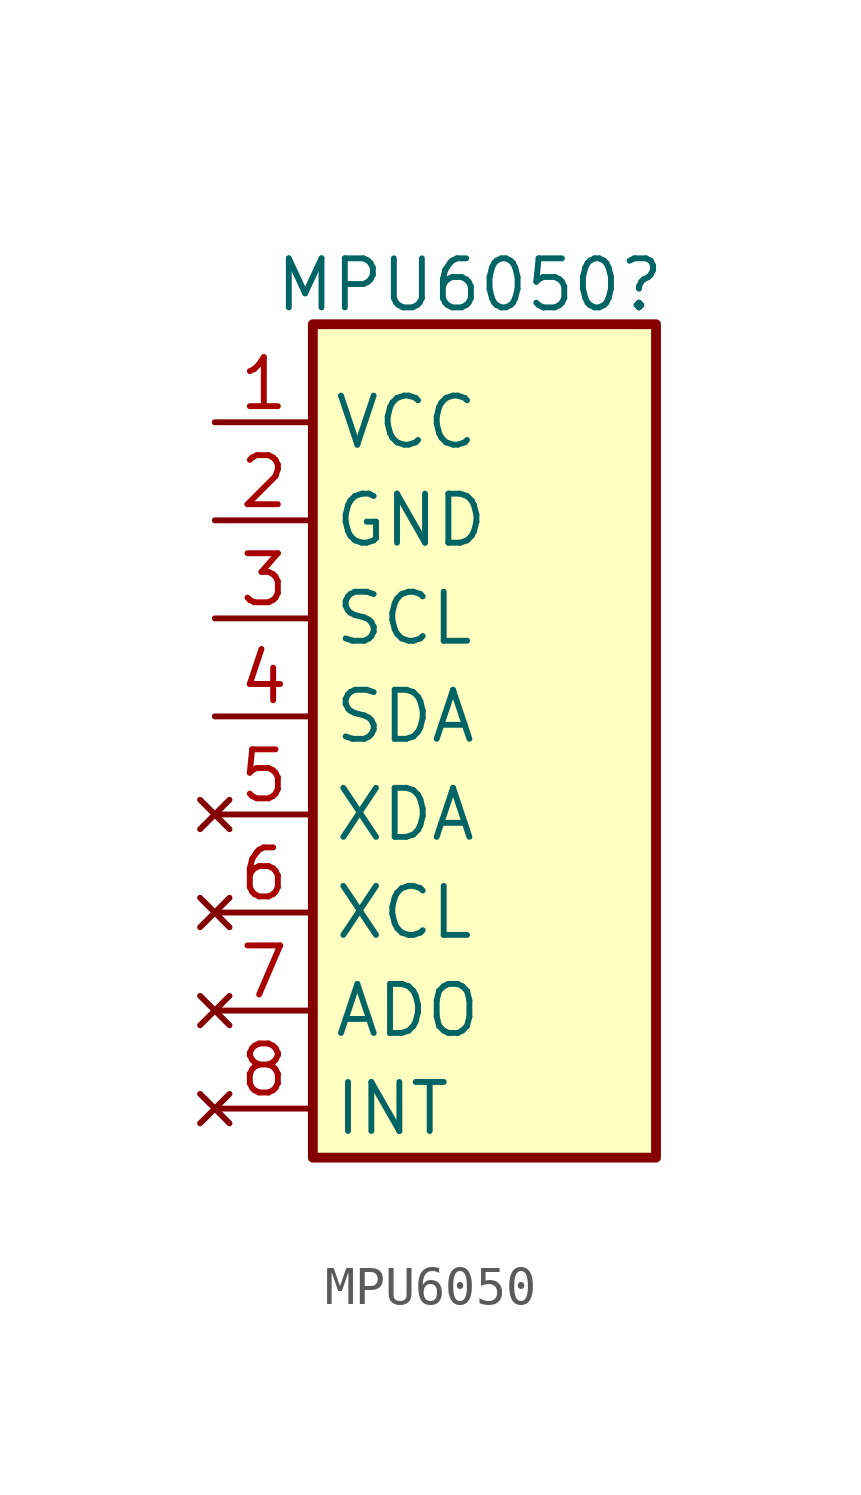
<source format=kicad_sym>
(kicad_symbol_lib
  (version 20241209)
  (generator "kicad_symbol_editor")
  (generator_version "9.0")
  (symbol "MPU6050"
    (property "Reference" "MPU6050"
      (at 9.144 8.636 0)
      (effects (font (size 1.27 1.27))))
    (property "Value" ""
      (at 11.43 3.81 0)
      (effects (font (size 1.27 1.27))))
    (symbol "MPU6050_1_0"
      (rectangle (start 5.08 7.62) (end 13.97 -13.97) (stroke (width 0.254) (type solid)) (fill (type background))))
    (symbol "MPU6050_1_1"
      (pin bidirectional line (at 2.54 5.08 0) (length 2.54) (name "VCC" (effects (font (size 1.27 1.27)))) (number "1" (effects (font (size 1.27 1.27)))))
      (pin bidirectional line (at 2.54 2.54 0) (length 2.54) (name "GND" (effects (font (size 1.27 1.27)))) (number "2" (effects (font (size 1.27 1.27)))))
      (pin bidirectional line (at 2.54 0 0) (length 2.54) (name "SCL" (effects (font (size 1.27 1.27)))) (number "3" (effects (font (size 1.27 1.27)))))
      (pin bidirectional line (at 2.54 -2.54 0) (length 2.54) (name "SDA" (effects (font (size 1.27 1.27)))) (number "4" (effects (font (size 1.27 1.27)))))
      (pin no_connect line (at 2.54 -5.08 0) (length 2.54) (name "XDA" (effects (font (size 1.27 1.27)))) (number "5" (effects (font (size 1.27 1.27)))))
      (pin no_connect line (at 2.54 -7.62 0) (length 2.54) (name "XCL" (effects (font (size 1.27 1.27)))) (number "6" (effects (font (size 1.27 1.27)))))
      (pin no_connect line (at 2.54 -10.16 0) (length 2.54) (name "ADO" (effects (font (size 1.27 1.27)))) (number "7" (effects (font (size 1.27 1.27)))))
      (pin no_connect line (at 2.54 -12.7 0) (length 2.54) (name "INT" (effects (font (size 1.27 1.27)))) (number "8" (effects (font (size 1.27 1.27))))))))
</source>
